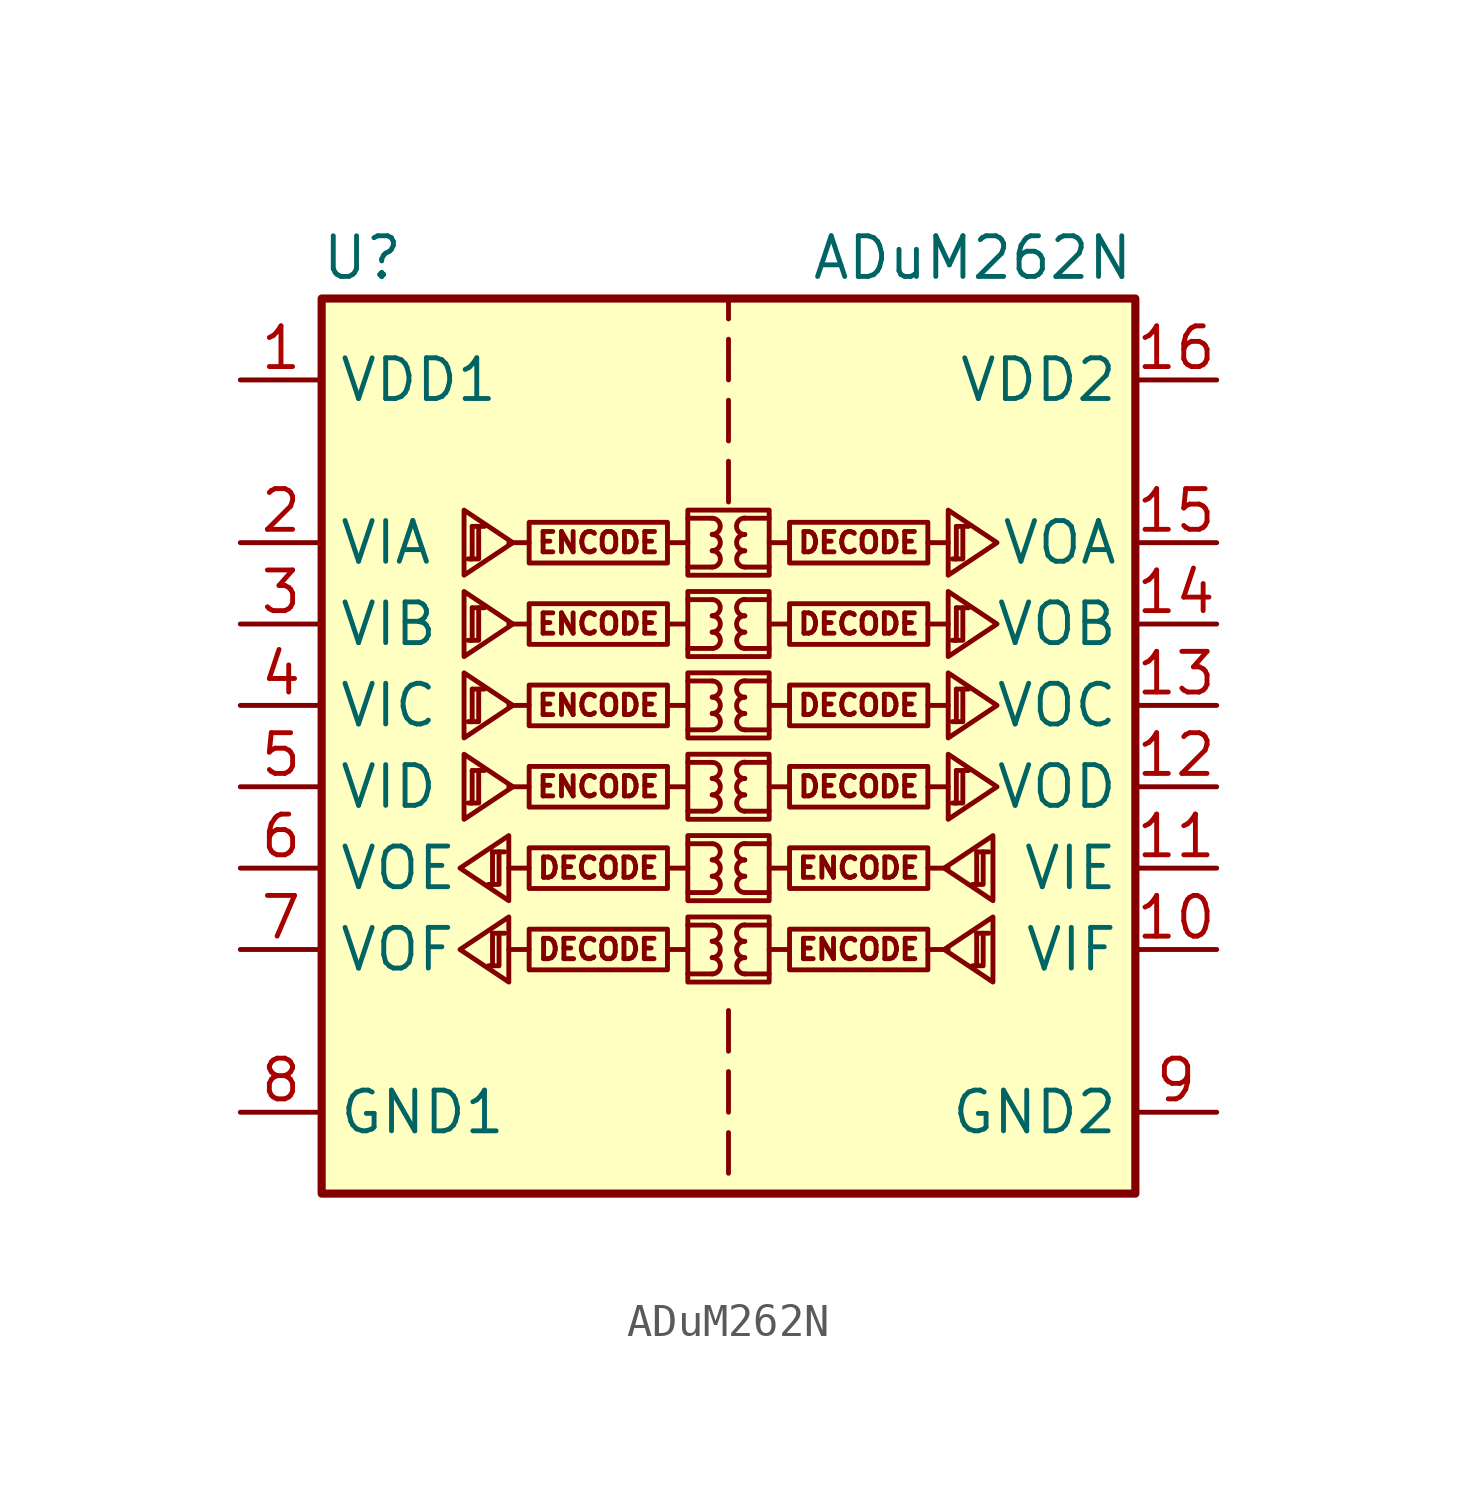
<source format=kicad_sym>
(kicad_symbol_lib
  (version 20201005)
  (generator kicad_symbol_editor)
  (symbol "ADuM262N"
    (property "Reference" "U"
      (at -11.43 16.51 0)
      (effects (font (size 1.27 1.27))))
    (property "Value" "ADuM262N"
      (at 7.62 16.51 0)
      (effects (font (size 1.27 1.27))))
    (symbol "ADuM262N_1_0"
      (arc (start -0.508 -5.842) (end -0.508 -5.334) (radius (at -0.508 -5.588) (length 0.254) (angles -89.9 89.9)) (stroke (width 0)) (fill (type none)))
      (arc (start -0.508 -5.334) (end -0.508 -4.826) (radius (at -0.508 -5.08) (length 0.254) (angles -89.9 89.9)) (stroke (width 0)) (fill (type none)))
      (arc (start -0.508 -4.826) (end -0.508 -4.318) (radius (at -0.508 -4.572) (length 0.254) (angles -89.9 89.9)) (stroke (width 0)) (fill (type none)))
      (arc (start -0.508 -3.302) (end -0.508 -2.794) (radius (at -0.508 -3.048) (length 0.254) (angles -89.9 89.9)) (stroke (width 0)) (fill (type none)))
      (arc (start -0.508 -2.794) (end -0.508 -2.286) (radius (at -0.508 -2.54) (length 0.254) (angles -89.9 89.9)) (stroke (width 0)) (fill (type none)))
      (arc (start -0.508 -2.286) (end -0.508 -1.778) (radius (at -0.508 -2.032) (length 0.254) (angles -89.9 89.9)) (stroke (width 0)) (fill (type none)))
      (arc (start -0.508 -0.762) (end -0.508 -0.254) (radius (at -0.508 -0.508) (length 0.254) (angles -89.9 89.9)) (stroke (width 0)) (fill (type none)))
      (arc (start -0.508 -0.254) (end -0.508 0.254) (radius (at -0.508 0) (length 0.254) (angles -89.9 89.9)) (stroke (width 0)) (fill (type none)))
      (arc (start -0.508 0.254) (end -0.508 0.762) (radius (at -0.508 0.508) (length 0.254) (angles -89.9 89.9)) (stroke (width 0)) (fill (type none)))
      (arc (start -0.508 1.778) (end -0.508 2.286) (radius (at -0.508 2.032) (length 0.254) (angles -89.9 89.9)) (stroke (width 0)) (fill (type none)))
      (arc (start -0.508 2.286) (end -0.508 2.794) (radius (at -0.508 2.54) (length 0.254) (angles -89.9 89.9)) (stroke (width 0)) (fill (type none)))
      (arc (start -0.508 2.794) (end -0.508 3.302) (radius (at -0.508 3.048) (length 0.254) (angles -89.9 89.9)) (stroke (width 0)) (fill (type none)))
      (arc (start -0.508 4.318) (end -0.508 4.826) (radius (at -0.508 4.572) (length 0.254) (angles -89.9 89.9)) (stroke (width 0)) (fill (type none)))
      (arc (start -0.508 4.826) (end -0.508 5.334) (radius (at -0.508 5.08) (length 0.254) (angles -89.9 89.9)) (stroke (width 0)) (fill (type none)))
      (arc (start -0.508 5.334) (end -0.508 5.842) (radius (at -0.508 5.588) (length 0.254) (angles -89.9 89.9)) (stroke (width 0)) (fill (type none)))
      (arc (start -0.508 6.858) (end -0.508 7.366) (radius (at -0.508 7.112) (length 0.254) (angles -89.9 89.9)) (stroke (width 0)) (fill (type none)))
      (arc (start -0.508 7.366) (end -0.508 7.874) (radius (at -0.508 7.62) (length 0.254) (angles -89.9 89.9)) (stroke (width 0)) (fill (type none)))
      (arc (start -0.508 7.874) (end -0.508 8.382) (radius (at -0.508 8.128) (length 0.254) (angles -89.9 89.9)) (stroke (width 0)) (fill (type none)))
      (arc (start 0.508 -5.334) (end 0.508 -5.842) (radius (at 0.508 -5.588) (length 0.254) (angles 90.1 -90.1)) (stroke (width 0)) (fill (type none)))
      (arc (start 0.508 -4.826) (end 0.508 -5.334) (radius (at 0.508 -5.08) (length 0.254) (angles 90.1 -90.1)) (stroke (width 0)) (fill (type none)))
      (arc (start 0.508 -4.318) (end 0.508 -4.826) (radius (at 0.508 -4.572) (length 0.254) (angles 90.1 -90.1)) (stroke (width 0)) (fill (type none)))
      (arc (start 0.508 -2.794) (end 0.508 -3.302) (radius (at 0.508 -3.048) (length 0.254) (angles 90.1 -90.1)) (stroke (width 0)) (fill (type none)))
      (arc (start 0.508 -2.286) (end 0.508 -2.794) (radius (at 0.508 -2.54) (length 0.254) (angles 90.1 -90.1)) (stroke (width 0)) (fill (type none)))
      (arc (start 0.508 -1.778) (end 0.508 -2.286) (radius (at 0.508 -2.032) (length 0.254) (angles 90.1 -90.1)) (stroke (width 0)) (fill (type none)))
      (arc (start 0.508 -0.254) (end 0.508 -0.762) (radius (at 0.508 -0.508) (length 0.254) (angles 90.1 -90.1)) (stroke (width 0)) (fill (type none)))
      (arc (start 0.508 0.254) (end 0.508 -0.254) (radius (at 0.508 0) (length 0.254) (angles 90.1 -90.1)) (stroke (width 0)) (fill (type none)))
      (arc (start 0.508 0.762) (end 0.508 0.254) (radius (at 0.508 0.508) (length 0.254) (angles 90.1 -90.1)) (stroke (width 0)) (fill (type none)))
      (arc (start 0.508 2.286) (end 0.508 1.778) (radius (at 0.508 2.032) (length 0.254) (angles 90.1 -90.1)) (stroke (width 0)) (fill (type none)))
      (arc (start 0.508 2.794) (end 0.508 2.286) (radius (at 0.508 2.54) (length 0.254) (angles 90.1 -90.1)) (stroke (width 0)) (fill (type none)))
      (arc (start 0.508 3.302) (end 0.508 2.794) (radius (at 0.508 3.048) (length 0.254) (angles 90.1 -90.1)) (stroke (width 0)) (fill (type none)))
      (arc (start 0.508 4.826) (end 0.508 4.318) (radius (at 0.508 4.572) (length 0.254) (angles 90.1 -90.1)) (stroke (width 0)) (fill (type none)))
      (arc (start 0.508 5.334) (end 0.508 4.826) (radius (at 0.508 5.08) (length 0.254) (angles 90.1 -90.1)) (stroke (width 0)) (fill (type none)))
      (arc (start 0.508 5.842) (end 0.508 5.334) (radius (at 0.508 5.588) (length 0.254) (angles 90.1 -90.1)) (stroke (width 0)) (fill (type none)))
      (arc (start 0.508 7.366) (end 0.508 6.858) (radius (at 0.508 7.112) (length 0.254) (angles 90.1 -90.1)) (stroke (width 0)) (fill (type none)))
      (arc (start 0.508 7.874) (end 0.508 7.366) (radius (at 0.508 7.62) (length 0.254) (angles 90.1 -90.1)) (stroke (width 0)) (fill (type none)))
      (arc (start 0.508 8.382) (end 0.508 7.874) (radius (at 0.508 8.128) (length 0.254) (angles 90.1 -90.1)) (stroke (width 0)) (fill (type none)))
      (text "DECODE" (at -4.064 -5.08 0) (effects (font (size 0.635 0.635))))
      (text "DECODE" (at -4.064 -2.54 0) (effects (font (size 0.635 0.635))))
      (text "DECODE" (at 4.064 0 0) (effects (font (size 0.635 0.635))))
      (text "DECODE" (at 4.064 2.54 0) (effects (font (size 0.635 0.635))))
      (text "DECODE" (at 4.064 5.08 0) (effects (font (size 0.635 0.635))))
      (text "DECODE" (at 4.064 7.62 0) (effects (font (size 0.635 0.635))))
      (text "ENCODE" (at -4.064 0 0) (effects (font (size 0.635 0.635))))
      (text "ENCODE" (at -4.064 2.54 0) (effects (font (size 0.635 0.635))))
      (text "ENCODE" (at -4.064 5.08 0) (effects (font (size 0.635 0.635))))
      (text "ENCODE" (at -4.064 7.62 0) (effects (font (size 0.635 0.635))))
      (text "ENCODE" (at 4.064 -5.08 0) (effects (font (size 0.635 0.635))))
      (text "ENCODE" (at 4.064 -2.54 0) (effects (font (size 0.635 0.635))))
      (rectangle (start -1.27 -4.064) (end 1.27 -6.096) (stroke (width 0)) (fill (type none)))
      (rectangle (start -1.27 -1.524) (end 1.27 -3.556) (stroke (width 0)) (fill (type none)))
      (rectangle (start -1.27 1.016) (end 1.27 -1.016) (stroke (width 0)) (fill (type none)))
      (rectangle (start -1.27 3.556) (end 1.27 1.524) (stroke (width 0)) (fill (type none)))
      (rectangle (start -1.27 6.096) (end 1.27 4.064) (stroke (width 0)) (fill (type none)))
      (rectangle (start -1.27 8.636) (end 1.27 6.604) (stroke (width 0)) (fill (type none)))
      (rectangle (start 1.905 -4.445) (end 6.223 -5.715) (stroke (width 0)) (fill (type none)))
      (rectangle (start 1.905 -1.905) (end 6.223 -3.175) (stroke (width 0)) (fill (type none)))
      (rectangle (start 1.905 0.635) (end 6.223 -0.635) (stroke (width 0)) (fill (type none)))
      (rectangle (start 1.905 3.175) (end 6.223 1.905) (stroke (width 0)) (fill (type none)))
      (rectangle (start 1.905 5.715) (end 6.223 4.445) (stroke (width 0)) (fill (type none)))
      (rectangle (start 1.905 8.255) (end 6.223 6.985) (stroke (width 0)) (fill (type none)))
      (polyline (pts (xy -6.223 -5.08) (xy -6.858 -5.08)) (stroke (width 0)) (fill (type none)))
      (polyline (pts (xy -6.223 -2.54) (xy -6.858 -2.54)) (stroke (width 0)) (fill (type none)))
      (polyline (pts (xy -6.223 0) (xy -6.858 0)) (stroke (width 0)) (fill (type none)))
      (polyline (pts (xy -6.223 2.54) (xy -6.858 2.54)) (stroke (width 0)) (fill (type none)))
      (polyline (pts (xy -6.223 5.08) (xy -6.858 5.08)) (stroke (width 0)) (fill (type none)))
      (polyline (pts (xy -6.223 7.62) (xy -6.858 7.62)) (stroke (width 0)) (fill (type none)))
      (polyline (pts (xy -1.905 -5.08) (xy -1.27 -5.08)) (stroke (width 0)) (fill (type none)))
      (polyline (pts (xy -1.905 -2.54) (xy -1.27 -2.54)) (stroke (width 0)) (fill (type none)))
      (polyline (pts (xy -1.905 0) (xy -1.27 0)) (stroke (width 0)) (fill (type none)))
      (polyline (pts (xy -1.905 2.54) (xy -1.27 2.54)) (stroke (width 0)) (fill (type none)))
      (polyline (pts (xy -1.905 5.08) (xy -1.27 5.08)) (stroke (width 0)) (fill (type none)))
      (polyline (pts (xy -1.905 7.62) (xy -1.27 7.62)) (stroke (width 0)) (fill (type none)))
      (polyline (pts (xy -1.27 -5.842) (xy -0.508 -5.842)) (stroke (width 0)) (fill (type none)))
      (polyline (pts (xy -1.27 -4.318) (xy -0.508 -4.318)) (stroke (width 0)) (fill (type none)))
      (polyline (pts (xy -1.27 -3.302) (xy -0.508 -3.302)) (stroke (width 0)) (fill (type none)))
      (polyline (pts (xy -1.27 -1.778) (xy -0.508 -1.778)) (stroke (width 0)) (fill (type none)))
      (polyline (pts (xy -1.27 -0.762) (xy -0.508 -0.762)) (stroke (width 0)) (fill (type none)))
      (polyline (pts (xy -1.27 0.762) (xy -0.508 0.762)) (stroke (width 0)) (fill (type none)))
      (polyline (pts (xy -1.27 1.778) (xy -0.508 1.778)) (stroke (width 0)) (fill (type none)))
      (polyline (pts (xy -1.27 3.302) (xy -0.508 3.302)) (stroke (width 0)) (fill (type none)))
      (polyline (pts (xy -1.27 4.318) (xy -0.508 4.318)) (stroke (width 0)) (fill (type none)))
      (polyline (pts (xy -1.27 5.842) (xy -0.508 5.842)) (stroke (width 0)) (fill (type none)))
      (polyline (pts (xy -1.27 6.858) (xy -0.508 6.858)) (stroke (width 0)) (fill (type none)))
      (polyline (pts (xy -1.27 8.382) (xy -0.508 8.382)) (stroke (width 0)) (fill (type none)))
      (polyline (pts (xy 0 -10.795) (xy 0 -12.065)) (stroke (width 0)) (fill (type none)))
      (polyline (pts (xy 0 -8.89) (xy 0 -10.16)) (stroke (width 0)) (fill (type none)))
      (polyline (pts (xy 0 -6.985) (xy 0 -8.255)) (stroke (width 0)) (fill (type none)))
      (polyline (pts (xy 0 8.89) (xy 0 10.16)) (stroke (width 0)) (fill (type none)))
      (polyline (pts (xy 0 10.795) (xy 0 12.065)) (stroke (width 0)) (fill (type none)))
      (polyline (pts (xy 0 12.7) (xy 0 13.97)) (stroke (width 0)) (fill (type none)))
      (polyline (pts (xy 0 15.24) (xy 0 14.605)) (stroke (width 0)) (fill (type none)))
      (polyline (pts (xy 1.27 -5.842) (xy 0.508 -5.842)) (stroke (width 0)) (fill (type none)))
      (polyline (pts (xy 1.27 -4.318) (xy 0.508 -4.318)) (stroke (width 0)) (fill (type none)))
      (polyline (pts (xy 1.27 -3.302) (xy 0.508 -3.302)) (stroke (width 0)) (fill (type none)))
      (polyline (pts (xy 1.27 -1.778) (xy 0.508 -1.778)) (stroke (width 0)) (fill (type none)))
      (polyline (pts (xy 1.27 -0.762) (xy 0.508 -0.762)) (stroke (width 0)) (fill (type none)))
      (polyline (pts (xy 1.27 0.762) (xy 0.508 0.762)) (stroke (width 0)) (fill (type none)))
      (polyline (pts (xy 1.27 1.778) (xy 0.508 1.778)) (stroke (width 0)) (fill (type none)))
      (polyline (pts (xy 1.27 3.302) (xy 0.508 3.302)) (stroke (width 0)) (fill (type none)))
      (polyline (pts (xy 1.27 4.318) (xy 0.508 4.318)) (stroke (width 0)) (fill (type none)))
      (polyline (pts (xy 1.27 5.842) (xy 0.508 5.842)) (stroke (width 0)) (fill (type none)))
      (polyline (pts (xy 1.27 6.858) (xy 0.508 6.858)) (stroke (width 0)) (fill (type none)))
      (polyline (pts (xy 1.27 8.382) (xy 0.508 8.382)) (stroke (width 0)) (fill (type none)))
      (polyline (pts (xy 1.905 -5.08) (xy 1.27 -5.08)) (stroke (width 0)) (fill (type none)))
      (polyline (pts (xy 1.905 -2.54) (xy 1.27 -2.54)) (stroke (width 0)) (fill (type none)))
      (polyline (pts (xy 1.905 0) (xy 1.27 0)) (stroke (width 0)) (fill (type none)))
      (polyline (pts (xy 1.905 2.54) (xy 1.27 2.54)) (stroke (width 0)) (fill (type none)))
      (polyline (pts (xy 1.905 5.08) (xy 1.27 5.08)) (stroke (width 0)) (fill (type none)))
      (polyline (pts (xy 1.905 7.62) (xy 1.27 7.62)) (stroke (width 0)) (fill (type none)))
      (polyline (pts (xy 6.223 -5.08) (xy 6.858 -5.08)) (stroke (width 0)) (fill (type none)))
      (polyline (pts (xy 6.223 -2.54) (xy 6.858 -2.54)) (stroke (width 0)) (fill (type none)))
      (polyline (pts (xy 6.223 0) (xy 6.858 0)) (stroke (width 0)) (fill (type none)))
      (polyline (pts (xy 6.223 2.54) (xy 6.858 2.54)) (stroke (width 0)) (fill (type none)))
      (polyline (pts (xy 6.223 5.08) (xy 6.858 5.08)) (stroke (width 0)) (fill (type none)))
      (polyline (pts (xy 6.223 7.62) (xy 6.858 7.62)) (stroke (width 0)) (fill (type none))))
    (symbol "ADuM262N_1_1"
      (rectangle (start -12.7 15.24) (end 12.7 -12.7) (stroke (width 0.254)) (fill (type background)))
      (rectangle (start -1.905 -4.445) (end -6.223 -5.715) (stroke (width 0)) (fill (type none)))
      (rectangle (start -1.905 -1.905) (end -6.223 -3.175) (stroke (width 0)) (fill (type none)))
      (rectangle (start -1.905 0.635) (end -6.223 -0.635) (stroke (width 0)) (fill (type none)))
      (rectangle (start -1.905 3.175) (end -6.223 1.905) (stroke (width 0)) (fill (type none)))
      (rectangle (start -1.905 5.715) (end -6.223 4.445) (stroke (width 0)) (fill (type none)))
      (rectangle (start -1.905 8.255) (end -6.223 6.985) (stroke (width 0)) (fill (type none)))
      (polyline (pts (xy -8.001 0.508) (xy -7.62 0.508)) (stroke (width 0)) (fill (type none)))
      (polyline (pts (xy -8.001 3.048) (xy -7.62 3.048)) (stroke (width 0)) (fill (type none)))
      (polyline (pts (xy -8.001 5.588) (xy -7.62 5.588)) (stroke (width 0)) (fill (type none)))
      (polyline (pts (xy -8.001 8.128) (xy -7.62 8.128)) (stroke (width 0)) (fill (type none)))
      (polyline (pts (xy -7.366 -4.572) (xy -6.985 -4.572)) (stroke (width 0)) (fill (type none)))
      (polyline (pts (xy -7.366 -2.032) (xy -6.985 -2.032)) (stroke (width 0)) (fill (type none)))
      (polyline (pts (xy 7.112 0.508) (xy 7.493 0.508)) (stroke (width 0)) (fill (type none)))
      (polyline (pts (xy 7.112 3.048) (xy 7.493 3.048)) (stroke (width 0)) (fill (type none)))
      (polyline (pts (xy 7.112 5.588) (xy 7.493 5.588)) (stroke (width 0)) (fill (type none)))
      (polyline (pts (xy 7.112 8.128) (xy 7.493 8.128)) (stroke (width 0)) (fill (type none)))
      (polyline (pts (xy 7.747 -4.572) (xy 8.128 -4.572)) (stroke (width 0)) (fill (type none)))
      (polyline (pts (xy 7.747 -2.032) (xy 8.128 -2.032)) (stroke (width 0)) (fill (type none)))
      (polyline (pts (xy -8.052 -0.508) (xy -7.798 -0.508) (xy -7.798 0.508)) (stroke (width 0)) (fill (type none)))
      (polyline (pts (xy -8.052 2.032) (xy -7.798 2.032) (xy -7.798 3.048)) (stroke (width 0)) (fill (type none)))
      (polyline (pts (xy -8.052 4.572) (xy -7.798 4.572) (xy -7.798 5.588)) (stroke (width 0)) (fill (type none)))
      (polyline (pts (xy -8.052 7.112) (xy -7.798 7.112) (xy -7.798 8.128)) (stroke (width 0)) (fill (type none)))
      (polyline (pts (xy -8.001 0.508) (xy -8.001 -0.508) (xy -8.128 -0.508)) (stroke (width 0)) (fill (type none)))
      (polyline (pts (xy -8.001 3.048) (xy -8.001 2.032) (xy -8.128 2.032)) (stroke (width 0)) (fill (type none)))
      (polyline (pts (xy -8.001 5.588) (xy -8.001 4.572) (xy -8.128 4.572)) (stroke (width 0)) (fill (type none)))
      (polyline (pts (xy -8.001 8.128) (xy -8.001 7.112) (xy -8.128 7.112)) (stroke (width 0)) (fill (type none)))
      (polyline (pts (xy -7.417 -5.588) (xy -7.163 -5.588) (xy -7.163 -4.572)) (stroke (width 0)) (fill (type none)))
      (polyline (pts (xy -7.417 -3.048) (xy -7.163 -3.048) (xy -7.163 -2.032)) (stroke (width 0)) (fill (type none)))
      (polyline (pts (xy -7.366 -4.572) (xy -7.366 -5.588) (xy -7.493 -5.588)) (stroke (width 0)) (fill (type none)))
      (polyline (pts (xy -7.366 -2.032) (xy -7.366 -3.048) (xy -7.493 -3.048)) (stroke (width 0)) (fill (type none)))
      (polyline (pts (xy 7.061 -0.508) (xy 7.315 -0.508) (xy 7.315 0.508)) (stroke (width 0)) (fill (type none)))
      (polyline (pts (xy 7.061 2.032) (xy 7.315 2.032) (xy 7.315 3.048)) (stroke (width 0)) (fill (type none)))
      (polyline (pts (xy 7.061 4.572) (xy 7.315 4.572) (xy 7.315 5.588)) (stroke (width 0)) (fill (type none)))
      (polyline (pts (xy 7.061 7.112) (xy 7.315 7.112) (xy 7.315 8.128)) (stroke (width 0)) (fill (type none)))
      (polyline (pts (xy 7.112 0.508) (xy 7.112 -0.508) (xy 6.985 -0.508)) (stroke (width 0)) (fill (type none)))
      (polyline (pts (xy 7.112 3.048) (xy 7.112 2.032) (xy 6.985 2.032)) (stroke (width 0)) (fill (type none)))
      (polyline (pts (xy 7.112 5.588) (xy 7.112 4.572) (xy 6.985 4.572)) (stroke (width 0)) (fill (type none)))
      (polyline (pts (xy 7.112 8.128) (xy 7.112 7.112) (xy 6.985 7.112)) (stroke (width 0)) (fill (type none)))
      (polyline (pts (xy 7.696 -5.588) (xy 7.95 -5.588) (xy 7.95 -4.572)) (stroke (width 0)) (fill (type none)))
      (polyline (pts (xy 7.696 -3.048) (xy 7.95 -3.048) (xy 7.95 -2.032)) (stroke (width 0)) (fill (type none)))
      (polyline (pts (xy 7.747 -4.572) (xy 7.747 -5.588) (xy 7.62 -5.588)) (stroke (width 0)) (fill (type none)))
      (polyline (pts (xy 7.747 -2.032) (xy 7.747 -3.048) (xy 7.62 -3.048)) (stroke (width 0)) (fill (type none)))
      (polyline (pts (xy -8.382 -5.08) (xy -6.858 -4.064) (xy -6.858 -6.096) (xy -8.382 -5.08)) (stroke (width 0)) (fill (type none)))
      (polyline (pts (xy -8.382 -2.54) (xy -6.858 -1.524) (xy -6.858 -3.556) (xy -8.382 -2.54)) (stroke (width 0)) (fill (type none)))
      (polyline (pts (xy -6.731 0) (xy -8.255 1.016) (xy -8.255 -1.016) (xy -6.731 0)) (stroke (width 0)) (fill (type none)))
      (polyline (pts (xy -6.731 2.54) (xy -8.255 3.556) (xy -8.255 1.524) (xy -6.731 2.54)) (stroke (width 0)) (fill (type none)))
      (polyline (pts (xy -6.731 5.08) (xy -8.255 6.096) (xy -8.255 4.064) (xy -6.731 5.08)) (stroke (width 0)) (fill (type none)))
      (polyline (pts (xy -6.731 7.62) (xy -8.255 8.636) (xy -8.255 6.604) (xy -6.731 7.62)) (stroke (width 0)) (fill (type none)))
      (polyline (pts (xy 6.731 -5.08) (xy 8.255 -4.064) (xy 8.255 -6.096) (xy 6.731 -5.08)) (stroke (width 0)) (fill (type none)))
      (polyline (pts (xy 6.731 -2.54) (xy 8.255 -1.524) (xy 8.255 -3.556) (xy 6.731 -2.54)) (stroke (width 0)) (fill (type none)))
      (polyline (pts (xy 8.382 0) (xy 6.858 1.016) (xy 6.858 -1.016) (xy 8.382 0)) (stroke (width 0)) (fill (type none)))
      (polyline (pts (xy 8.382 2.54) (xy 6.858 3.556) (xy 6.858 1.524) (xy 8.382 2.54)) (stroke (width 0)) (fill (type none)))
      (polyline (pts (xy 8.382 5.08) (xy 6.858 6.096) (xy 6.858 4.064) (xy 8.382 5.08)) (stroke (width 0)) (fill (type none)))
      (polyline (pts (xy 8.382 7.62) (xy 6.858 8.636) (xy 6.858 6.604) (xy 8.382 7.62)) (stroke (width 0)) (fill (type none)))
      (pin power_in line (at -15.24 12.7 0) (length 2.54) (name "VDD1" (effects (font (size 1.27 1.27)))) (number "1" (effects (font (size 1.27 1.27)))))
      (pin input line (at 15.24 -5.08 180) (length 2.54) (name "VIF" (effects (font (size 1.27 1.27)))) (number "10" (effects (font (size 1.27 1.27)))))
      (pin input line (at 15.24 -2.54 180) (length 2.54) (name "VIE" (effects (font (size 1.27 1.27)))) (number "11" (effects (font (size 1.27 1.27)))))
      (pin output line (at 15.24 0 180) (length 2.54) (name "VOD" (effects (font (size 1.27 1.27)))) (number "12" (effects (font (size 1.27 1.27)))))
      (pin output line (at 15.24 2.54 180) (length 2.54) (name "VOC" (effects (font (size 1.27 1.27)))) (number "13" (effects (font (size 1.27 1.27)))))
      (pin output line (at 15.24 5.08 180) (length 2.54) (name "VOB" (effects (font (size 1.27 1.27)))) (number "14" (effects (font (size 1.27 1.27)))))
      (pin output line (at 15.24 7.62 180) (length 2.54) (name "VOA" (effects (font (size 1.27 1.27)))) (number "15" (effects (font (size 1.27 1.27)))))
      (pin power_in line (at 15.24 12.7 180) (length 2.54) (name "VDD2" (effects (font (size 1.27 1.27)))) (number "16" (effects (font (size 1.27 1.27)))))
      (pin input line (at -15.24 7.62 0) (length 2.54) (name "VIA" (effects (font (size 1.27 1.27)))) (number "2" (effects (font (size 1.27 1.27)))))
      (pin input line (at -15.24 5.08 0) (length 2.54) (name "VIB" (effects (font (size 1.27 1.27)))) (number "3" (effects (font (size 1.27 1.27)))))
      (pin input line (at -15.24 2.54 0) (length 2.54) (name "VIC" (effects (font (size 1.27 1.27)))) (number "4" (effects (font (size 1.27 1.27)))))
      (pin input line (at -15.24 0 0) (length 2.54) (name "VID" (effects (font (size 1.27 1.27)))) (number "5" (effects (font (size 1.27 1.27)))))
      (pin output line (at -15.24 -2.54 0) (length 2.54) (name "VOE" (effects (font (size 1.27 1.27)))) (number "6" (effects (font (size 1.27 1.27)))))
      (pin output line (at -15.24 -5.08 0) (length 2.54) (name "VOF" (effects (font (size 1.27 1.27)))) (number "7" (effects (font (size 1.27 1.27)))))
      (pin power_in line (at -15.24 -10.16 0) (length 2.54) (name "GND1" (effects (font (size 1.27 1.27)))) (number "8" (effects (font (size 1.27 1.27)))))
      (pin power_in line (at 15.24 -10.16 180) (length 2.54) (name "GND2" (effects (font (size 1.27 1.27)))) (number "9" (effects (font (size 1.27 1.27))))))))
</source>
